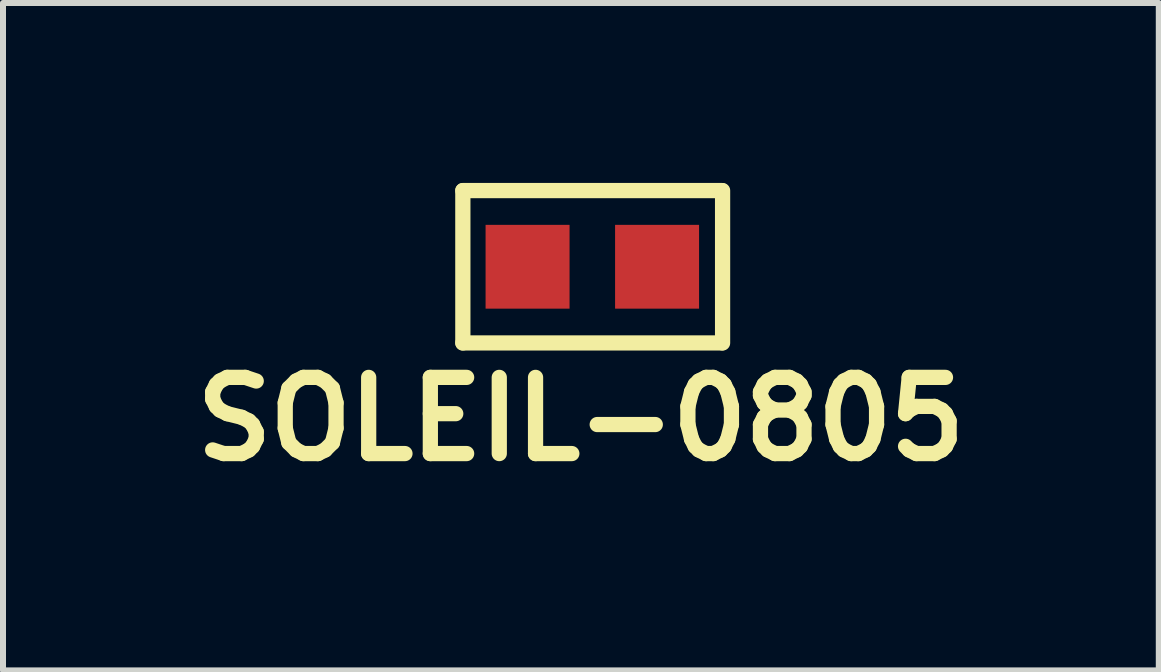
<source format=kicad_pcb>
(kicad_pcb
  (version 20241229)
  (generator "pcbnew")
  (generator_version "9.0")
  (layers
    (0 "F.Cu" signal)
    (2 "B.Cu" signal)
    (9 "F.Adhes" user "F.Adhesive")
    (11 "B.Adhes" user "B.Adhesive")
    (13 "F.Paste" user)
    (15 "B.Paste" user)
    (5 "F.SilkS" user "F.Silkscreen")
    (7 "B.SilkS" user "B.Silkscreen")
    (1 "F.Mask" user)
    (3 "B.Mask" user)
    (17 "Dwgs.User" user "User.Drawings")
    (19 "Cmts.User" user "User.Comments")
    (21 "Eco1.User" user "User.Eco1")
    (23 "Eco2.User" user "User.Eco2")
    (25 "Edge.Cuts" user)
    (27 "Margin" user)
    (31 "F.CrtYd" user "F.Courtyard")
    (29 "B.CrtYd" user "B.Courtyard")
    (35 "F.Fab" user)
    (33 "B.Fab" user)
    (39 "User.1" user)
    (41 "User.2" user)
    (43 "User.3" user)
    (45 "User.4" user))
  (footprint "SOLEIL-0805"
    (layer "F.Cu")
    (at 5.745 1.397)
    (property "Reference" "SOLEIL-0805" (at 0.889 2.54 0) (layer "F.SilkS") (effects (font (size 1.27 1.27) (thickness 0.254))))
    (attr smd)
    (fp_line (start -1.079 -1.27) (end -1.079 1.27) (stroke (width 0.254) (type solid)) (layer "F.SilkS"))
    (fp_line (start 3.239 -1.27) (end -1.079 -1.27) (stroke (width 0.254) (type solid)) (layer "F.SilkS"))
    (fp_line (start 3.239 1.27) (end -1.079 1.27) (stroke (width 0.254) (type solid)) (layer "F.SilkS"))
    (fp_line (start 3.251 -1.27) (end 3.251 1.27) (stroke (width 0.254) (type solid)) (layer "F.SilkS"))
    (pad "1" smd rect (at 0 0) (size 1.4 1.397) (layers "F.Cu" "F.Mask" "F.Paste"))
    (pad "2" smd rect (at 2.159 0) (size 1.4 1.397) (layers "F.Cu" "F.Mask" "F.Paste")))
  (gr_rect
    (start -3 -3)
    (end 16.268 8.126)
    (stroke (width 0.1) (type default))
    (fill no)
    (layer "Edge.Cuts")))
</source>
